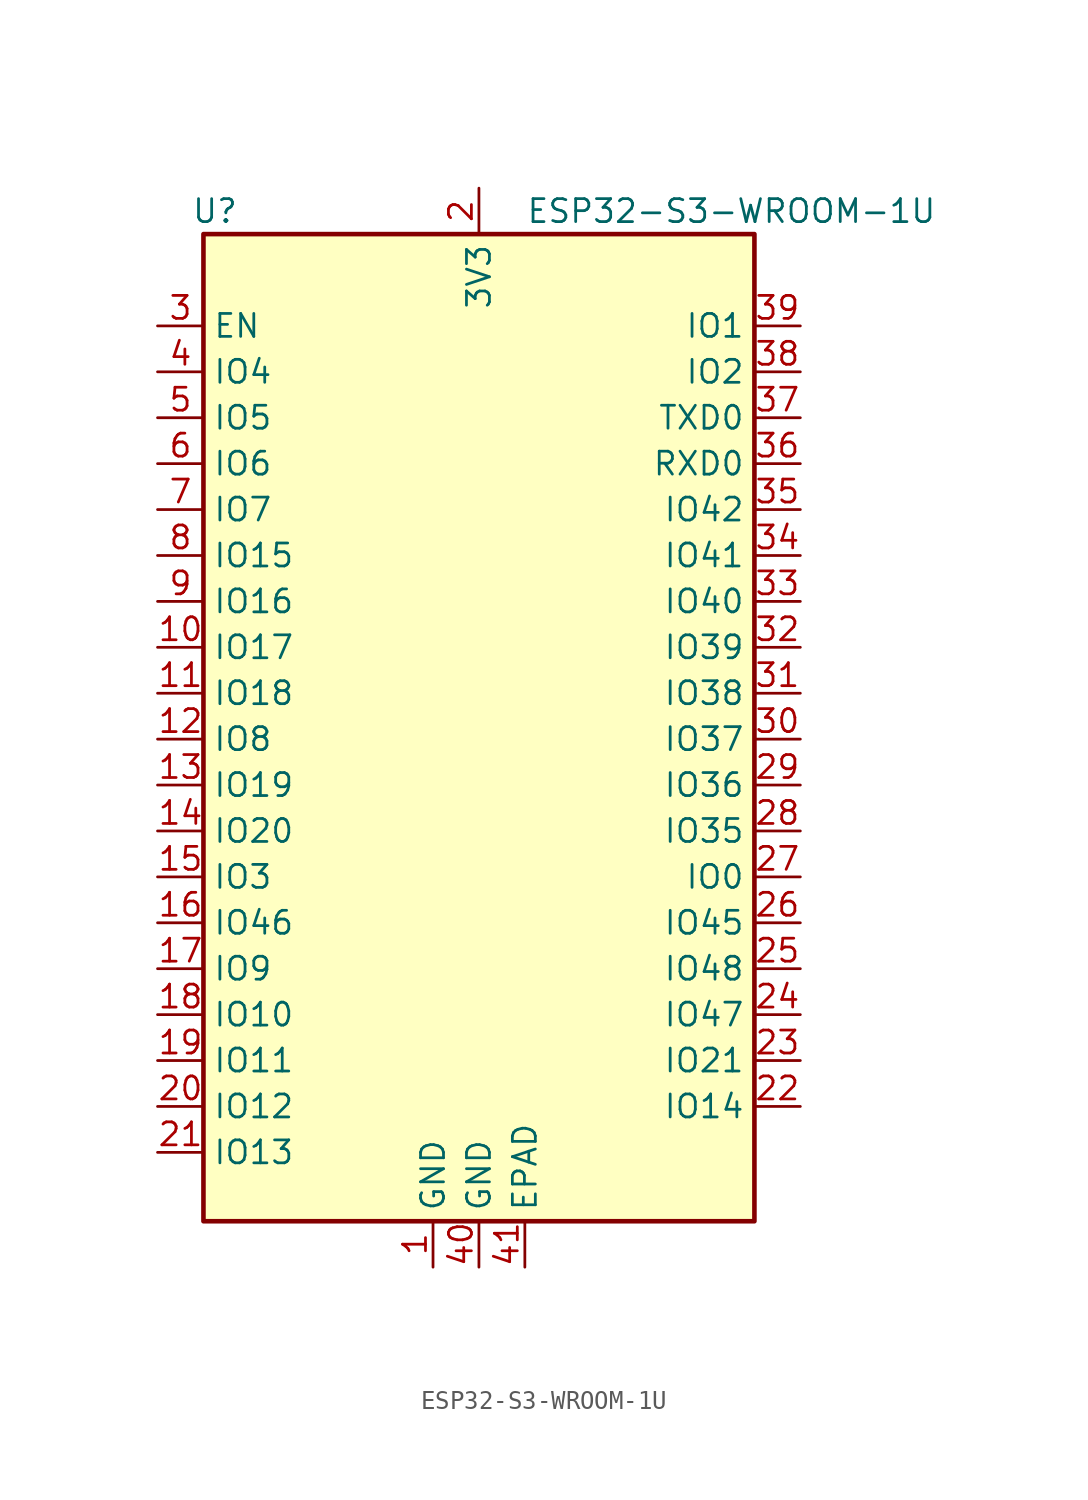
<source format=kicad_sym>
(kicad_symbol_lib
  (version 20220914)
  (generator kicad_symbol_editor)
  (symbol "ESP32-S3-WROOM-1U"
    (property "Reference" "U"
      (at -14.605 29.21 0)
      (effects (font (size 1.27 1.27))))
    (property "Value" "ESP32-S3-WROOM-1U"
      (at 13.97 29.21 0)
      (effects (font (size 1.27 1.27))))
    (symbol "ESP32-S3-WROOM-1U_1_1"
      (rectangle (start -15.24 27.94) (end 15.24 -26.67) (stroke (width 0.254) (type default)) (fill (type background)))
      (pin power_in line (at -2.54 -29.21 90) (length 2.54) (name "GND" (effects (font (size 1.27 1.27)))) (number "1" (effects (font (size 1.27 1.27)))))
      (pin bidirectional line (at -17.78 5.08 0) (length 2.54) (name "IO17" (effects (font (size 1.27 1.27)))) (number "10" (effects (font (size 1.27 1.27)))))
      (pin bidirectional line (at -17.78 2.54 0) (length 2.54) (name "IO18" (effects (font (size 1.27 1.27)))) (number "11" (effects (font (size 1.27 1.27)))))
      (pin bidirectional line (at -17.78 0 0) (length 2.54) (name "IO8" (effects (font (size 1.27 1.27)))) (number "12" (effects (font (size 1.27 1.27)))))
      (pin bidirectional line (at -17.78 -2.54 0) (length 2.54) (name "IO19" (effects (font (size 1.27 1.27)))) (number "13" (effects (font (size 1.27 1.27)))))
      (pin bidirectional line (at -17.78 -5.08 0) (length 2.54) (name "IO20" (effects (font (size 1.27 1.27)))) (number "14" (effects (font (size 1.27 1.27)))))
      (pin bidirectional line (at -17.78 -7.62 0) (length 2.54) (name "IO3" (effects (font (size 1.27 1.27)))) (number "15" (effects (font (size 1.27 1.27)))))
      (pin bidirectional line (at -17.78 -10.16 0) (length 2.54) (name "IO46" (effects (font (size 1.27 1.27)))) (number "16" (effects (font (size 1.27 1.27)))))
      (pin bidirectional line (at -17.78 -12.7 0) (length 2.54) (name "IO9" (effects (font (size 1.27 1.27)))) (number "17" (effects (font (size 1.27 1.27)))))
      (pin bidirectional line (at -17.78 -15.24 0) (length 2.54) (name "IO10" (effects (font (size 1.27 1.27)))) (number "18" (effects (font (size 1.27 1.27)))))
      (pin bidirectional line (at -17.78 -17.78 0) (length 2.54) (name "IO11" (effects (font (size 1.27 1.27)))) (number "19" (effects (font (size 1.27 1.27)))))
      (pin power_in line (at 0 30.48 270) (length 2.54) (name "3V3" (effects (font (size 1.27 1.27)))) (number "2" (effects (font (size 1.27 1.27)))))
      (pin bidirectional line (at -17.78 -20.32 0) (length 2.54) (name "IO12" (effects (font (size 1.27 1.27)))) (number "20" (effects (font (size 1.27 1.27)))))
      (pin bidirectional line (at -17.78 -22.86 0) (length 2.54) (name "IO13" (effects (font (size 1.27 1.27)))) (number "21" (effects (font (size 1.27 1.27)))))
      (pin bidirectional line (at 17.78 -20.32 180) (length 2.54) (name "IO14" (effects (font (size 1.27 1.27)))) (number "22" (effects (font (size 1.27 1.27)))))
      (pin bidirectional line (at 17.78 -17.78 180) (length 2.54) (name "IO21" (effects (font (size 1.27 1.27)))) (number "23" (effects (font (size 1.27 1.27)))))
      (pin bidirectional line (at 17.78 -15.24 180) (length 2.54) (name "IO47" (effects (font (size 1.27 1.27)))) (number "24" (effects (font (size 1.27 1.27)))))
      (pin bidirectional line (at 17.78 -12.7 180) (length 2.54) (name "IO48" (effects (font (size 1.27 1.27)))) (number "25" (effects (font (size 1.27 1.27)))))
      (pin bidirectional line (at 17.78 -10.16 180) (length 2.54) (name "IO45" (effects (font (size 1.27 1.27)))) (number "26" (effects (font (size 1.27 1.27)))))
      (pin bidirectional line (at 17.78 -7.62 180) (length 2.54) (name "IO0" (effects (font (size 1.27 1.27)))) (number "27" (effects (font (size 1.27 1.27)))))
      (pin bidirectional line (at 17.78 -5.08 180) (length 2.54) (name "IO35" (effects (font (size 1.27 1.27)))) (number "28" (effects (font (size 1.27 1.27)))))
      (pin bidirectional line (at 17.78 -2.54 180) (length 2.54) (name "IO36" (effects (font (size 1.27 1.27)))) (number "29" (effects (font (size 1.27 1.27)))))
      (pin input line (at -17.78 22.86 0) (length 2.54) (name "EN" (effects (font (size 1.27 1.27)))) (number "3" (effects (font (size 1.27 1.27)))))
      (pin bidirectional line (at 17.78 0 180) (length 2.54) (name "IO37" (effects (font (size 1.27 1.27)))) (number "30" (effects (font (size 1.27 1.27)))))
      (pin bidirectional line (at 17.78 2.54 180) (length 2.54) (name "IO38" (effects (font (size 1.27 1.27)))) (number "31" (effects (font (size 1.27 1.27)))))
      (pin bidirectional line (at 17.78 5.08 180) (length 2.54) (name "IO39" (effects (font (size 1.27 1.27)))) (number "32" (effects (font (size 1.27 1.27)))))
      (pin bidirectional line (at 17.78 7.62 180) (length 2.54) (name "IO40" (effects (font (size 1.27 1.27)))) (number "33" (effects (font (size 1.27 1.27)))))
      (pin bidirectional line (at 17.78 10.16 180) (length 2.54) (name "IO41" (effects (font (size 1.27 1.27)))) (number "34" (effects (font (size 1.27 1.27)))))
      (pin bidirectional line (at 17.78 12.7 180) (length 2.54) (name "IO42" (effects (font (size 1.27 1.27)))) (number "35" (effects (font (size 1.27 1.27)))))
      (pin bidirectional line (at 17.78 15.24 180) (length 2.54) (name "RXD0" (effects (font (size 1.27 1.27)))) (number "36" (effects (font (size 1.27 1.27)))))
      (pin bidirectional line (at 17.78 17.78 180) (length 2.54) (name "TXD0" (effects (font (size 1.27 1.27)))) (number "37" (effects (font (size 1.27 1.27)))))
      (pin bidirectional line (at 17.78 20.32 180) (length 2.54) (name "IO2" (effects (font (size 1.27 1.27)))) (number "38" (effects (font (size 1.27 1.27)))))
      (pin bidirectional line (at 17.78 22.86 180) (length 2.54) (name "IO1" (effects (font (size 1.27 1.27)))) (number "39" (effects (font (size 1.27 1.27)))))
      (pin bidirectional line (at -17.78 20.32 0) (length 2.54) (name "IO4" (effects (font (size 1.27 1.27)))) (number "4" (effects (font (size 1.27 1.27)))))
      (pin power_in line (at 0 -29.21 90) (length 2.54) (name "GND" (effects (font (size 1.27 1.27)))) (number "40" (effects (font (size 1.27 1.27)))))
      (pin power_out line (at 2.54 -29.21 90) (length 2.54) (name "EPAD" (effects (font (size 1.27 1.27)))) (number "41" (effects (font (size 1.27 1.27)))))
      (pin bidirectional line (at -17.78 17.78 0) (length 2.54) (name "IO5" (effects (font (size 1.27 1.27)))) (number "5" (effects (font (size 1.27 1.27)))))
      (pin bidirectional line (at -17.78 15.24 0) (length 2.54) (name "IO6" (effects (font (size 1.27 1.27)))) (number "6" (effects (font (size 1.27 1.27)))))
      (pin bidirectional line (at -17.78 12.7 0) (length 2.54) (name "IO7" (effects (font (size 1.27 1.27)))) (number "7" (effects (font (size 1.27 1.27)))))
      (pin bidirectional line (at -17.78 10.16 0) (length 2.54) (name "IO15" (effects (font (size 1.27 1.27)))) (number "8" (effects (font (size 1.27 1.27)))))
      (pin bidirectional line (at -17.78 7.62 0) (length 2.54) (name "IO16" (effects (font (size 1.27 1.27)))) (number "9" (effects (font (size 1.27 1.27))))))))
</source>
